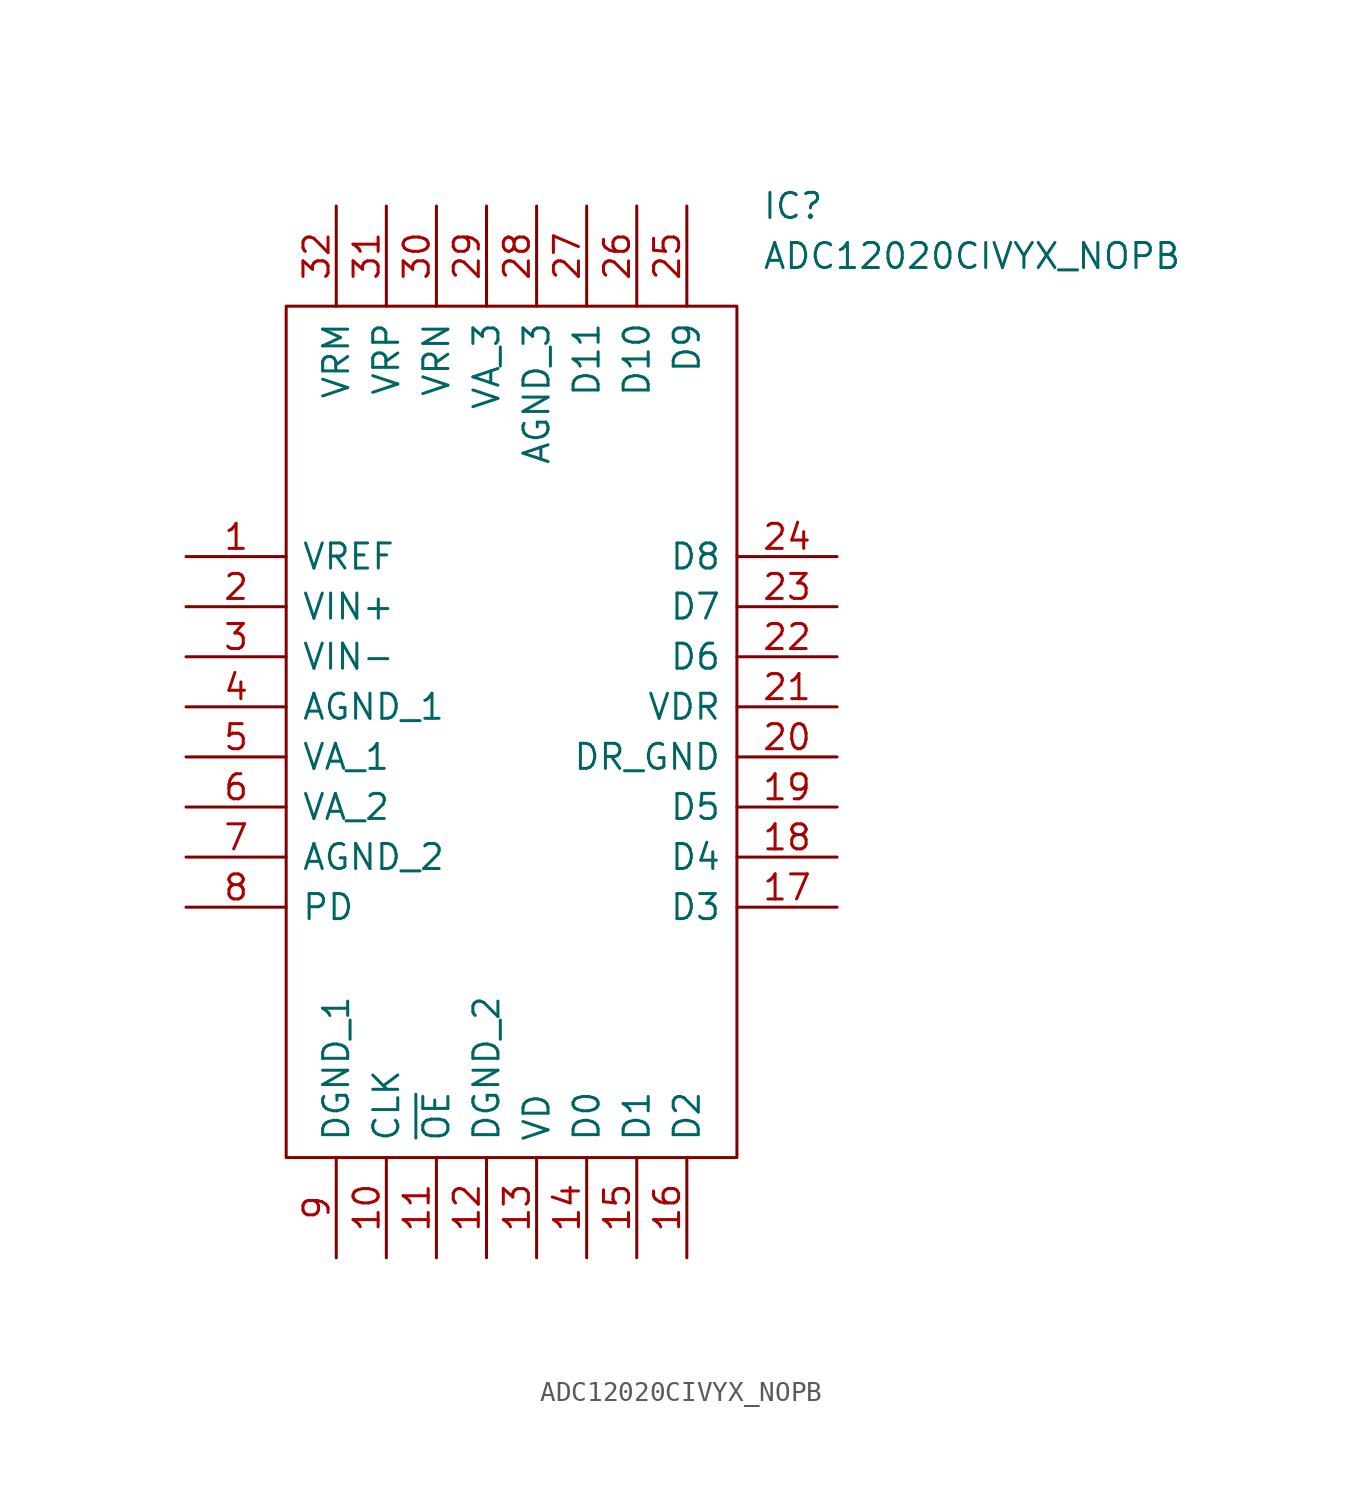
<source format=kicad_sym>
(kicad_symbol_lib
  (version 20211014)
  (generator kicad_symbol_editor)
  (symbol "ADC12020CIVYX_NOPB"
    (pin_names
      (offset 0.762))
    (property "Reference" "IC"
      (at 29.21 17.78 0)
      (effects (font (size 1.27 1.27)) (justify left)))
    (property "Value" "ADC12020CIVYX_NOPB"
      (at 29.21 15.24 0)
      (effects (font (size 1.27 1.27)) (justify left)))
    (symbol "ADC12020CIVYX_NOPB_0_0"
      (pin passive line (at 0 0 0) (length 5.08) (name "VREF" (effects (font (size 1.27 1.27)))) (number "1" (effects (font (size 1.27 1.27)))))
      (pin passive line (at 10.16 -35.56 90) (length 5.08) (name "CLK" (effects (font (size 1.27 1.27)))) (number "10" (effects (font (size 1.27 1.27)))))
      (pin passive line (at 12.7 -35.56 90) (length 5.08) (name "~{OE}" (effects (font (size 1.27 1.27)))) (number "11" (effects (font (size 1.27 1.27)))))
      (pin passive line (at 15.24 -35.56 90) (length 5.08) (name "DGND_2" (effects (font (size 1.27 1.27)))) (number "12" (effects (font (size 1.27 1.27)))))
      (pin passive line (at 17.78 -35.56 90) (length 5.08) (name "VD" (effects (font (size 1.27 1.27)))) (number "13" (effects (font (size 1.27 1.27)))))
      (pin passive line (at 20.32 -35.56 90) (length 5.08) (name "D0" (effects (font (size 1.27 1.27)))) (number "14" (effects (font (size 1.27 1.27)))))
      (pin passive line (at 22.86 -35.56 90) (length 5.08) (name "D1" (effects (font (size 1.27 1.27)))) (number "15" (effects (font (size 1.27 1.27)))))
      (pin passive line (at 25.4 -35.56 90) (length 5.08) (name "D2" (effects (font (size 1.27 1.27)))) (number "16" (effects (font (size 1.27 1.27)))))
      (pin passive line (at 33.02 -17.78 180) (length 5.08) (name "D3" (effects (font (size 1.27 1.27)))) (number "17" (effects (font (size 1.27 1.27)))))
      (pin passive line (at 33.02 -15.24 180) (length 5.08) (name "D4" (effects (font (size 1.27 1.27)))) (number "18" (effects (font (size 1.27 1.27)))))
      (pin passive line (at 33.02 -12.7 180) (length 5.08) (name "D5" (effects (font (size 1.27 1.27)))) (number "19" (effects (font (size 1.27 1.27)))))
      (pin passive line (at 0 -2.54 0) (length 5.08) (name "VIN+" (effects (font (size 1.27 1.27)))) (number "2" (effects (font (size 1.27 1.27)))))
      (pin passive line (at 33.02 -10.16 180) (length 5.08) (name "DR_GND" (effects (font (size 1.27 1.27)))) (number "20" (effects (font (size 1.27 1.27)))))
      (pin passive line (at 33.02 -7.62 180) (length 5.08) (name "VDR" (effects (font (size 1.27 1.27)))) (number "21" (effects (font (size 1.27 1.27)))))
      (pin passive line (at 33.02 -5.08 180) (length 5.08) (name "D6" (effects (font (size 1.27 1.27)))) (number "22" (effects (font (size 1.27 1.27)))))
      (pin passive line (at 33.02 -2.54 180) (length 5.08) (name "D7" (effects (font (size 1.27 1.27)))) (number "23" (effects (font (size 1.27 1.27)))))
      (pin passive line (at 33.02 0 180) (length 5.08) (name "D8" (effects (font (size 1.27 1.27)))) (number "24" (effects (font (size 1.27 1.27)))))
      (pin passive line (at 25.4 17.78 270) (length 5.08) (name "D9" (effects (font (size 1.27 1.27)))) (number "25" (effects (font (size 1.27 1.27)))))
      (pin passive line (at 22.86 17.78 270) (length 5.08) (name "D10" (effects (font (size 1.27 1.27)))) (number "26" (effects (font (size 1.27 1.27)))))
      (pin passive line (at 20.32 17.78 270) (length 5.08) (name "D11" (effects (font (size 1.27 1.27)))) (number "27" (effects (font (size 1.27 1.27)))))
      (pin passive line (at 17.78 17.78 270) (length 5.08) (name "AGND_3" (effects (font (size 1.27 1.27)))) (number "28" (effects (font (size 1.27 1.27)))))
      (pin passive line (at 15.24 17.78 270) (length 5.08) (name "VA_3" (effects (font (size 1.27 1.27)))) (number "29" (effects (font (size 1.27 1.27)))))
      (pin passive line (at 0 -5.08 0) (length 5.08) (name "VIN-" (effects (font (size 1.27 1.27)))) (number "3" (effects (font (size 1.27 1.27)))))
      (pin passive line (at 12.7 17.78 270) (length 5.08) (name "VRN" (effects (font (size 1.27 1.27)))) (number "30" (effects (font (size 1.27 1.27)))))
      (pin passive line (at 10.16 17.78 270) (length 5.08) (name "VRP" (effects (font (size 1.27 1.27)))) (number "31" (effects (font (size 1.27 1.27)))))
      (pin passive line (at 7.62 17.78 270) (length 5.08) (name "VRM" (effects (font (size 1.27 1.27)))) (number "32" (effects (font (size 1.27 1.27)))))
      (pin passive line (at 0 -7.62 0) (length 5.08) (name "AGND_1" (effects (font (size 1.27 1.27)))) (number "4" (effects (font (size 1.27 1.27)))))
      (pin passive line (at 0 -10.16 0) (length 5.08) (name "VA_1" (effects (font (size 1.27 1.27)))) (number "5" (effects (font (size 1.27 1.27)))))
      (pin passive line (at 0 -12.7 0) (length 5.08) (name "VA_2" (effects (font (size 1.27 1.27)))) (number "6" (effects (font (size 1.27 1.27)))))
      (pin passive line (at 0 -15.24 0) (length 5.08) (name "AGND_2" (effects (font (size 1.27 1.27)))) (number "7" (effects (font (size 1.27 1.27)))))
      (pin passive line (at 0 -17.78 0) (length 5.08) (name "PD" (effects (font (size 1.27 1.27)))) (number "8" (effects (font (size 1.27 1.27)))))
      (pin passive line (at 7.62 -35.56 90) (length 5.08) (name "DGND_1" (effects (font (size 1.27 1.27)))) (number "9" (effects (font (size 1.27 1.27))))))
    (symbol "ADC12020CIVYX_NOPB_0_1"
      (polyline (pts (xy 5.08 12.7) (xy 27.94 12.7) (xy 27.94 -30.48) (xy 5.08 -30.48) (xy 5.08 12.7)) (stroke (width 0.152) (type default) (color 0 0 0 0)) (fill (type none))))))
</source>
